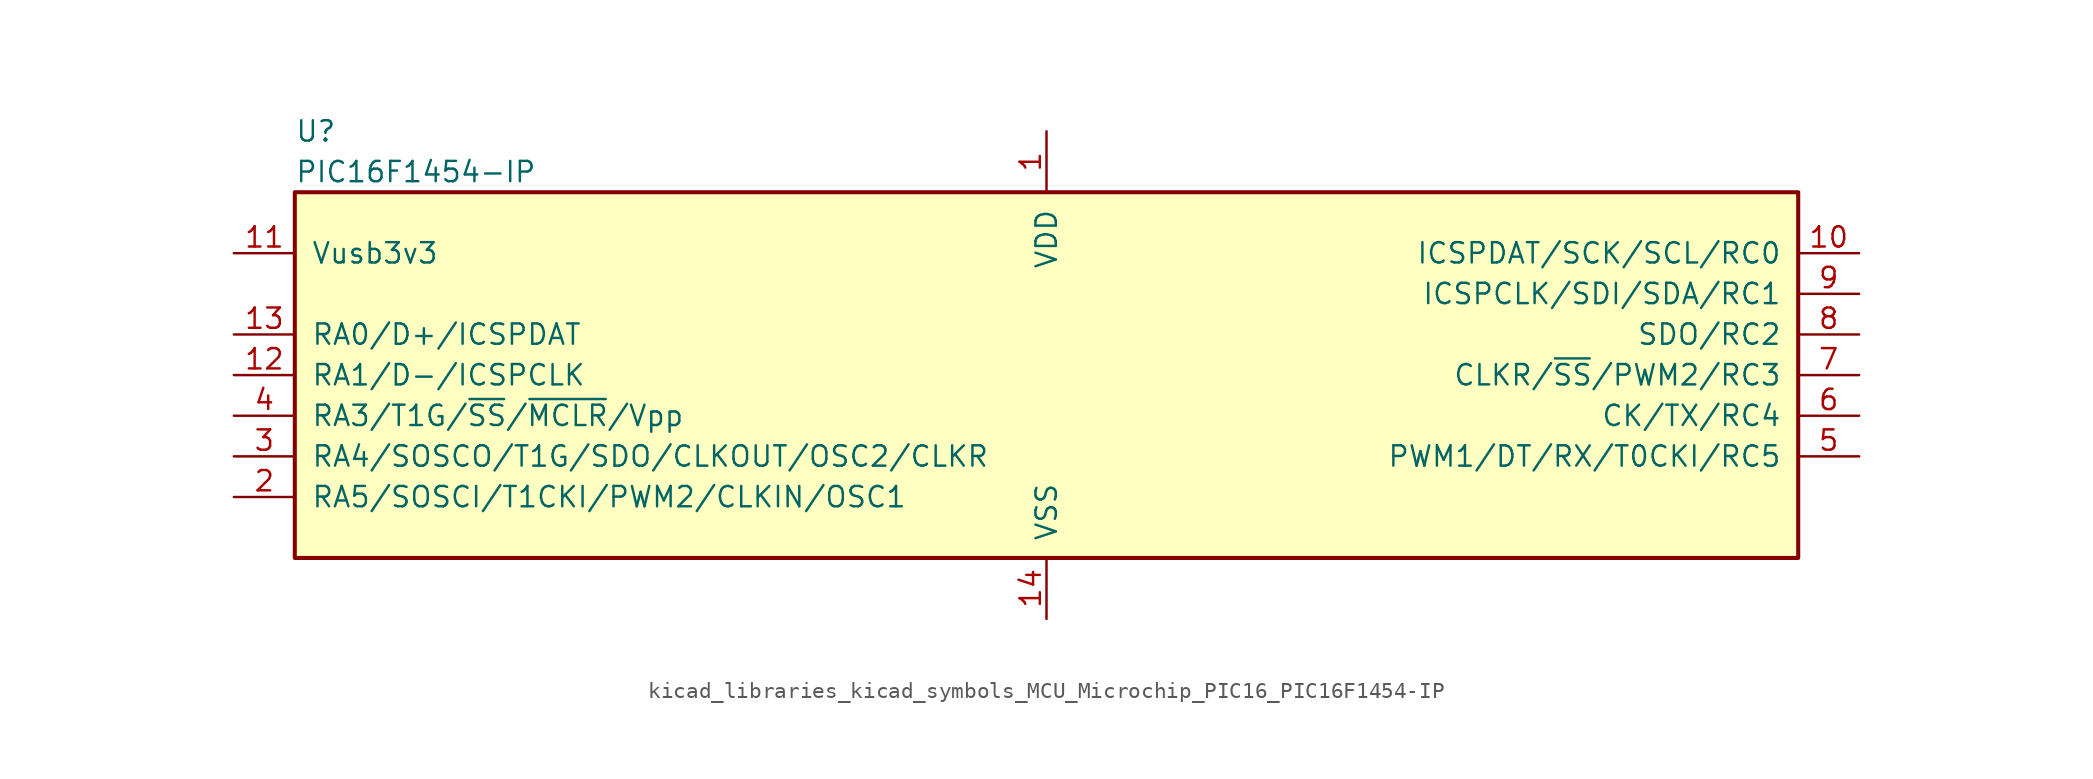
<source format=kicad_sym>
(kicad_symbol_lib
  (version 20220914)
  (generator kicad_symbol_editor)
  (symbol "kicad_libraries_kicad_symbols_MCU_Microchip_PIC16_PIC16F1454-IP"
    (pin_names
      (offset 1.016))
    (property "Reference" "U"
      (at -46.99 15.24 0)
      (effects (font (size 1.27 1.27)) (justify left)))
    (property "Value" "PIC16F1454-IP"
      (at -46.99 12.7 0)
      (effects (font (size 1.27 1.27)) (justify left)))
    (symbol "kicad_libraries_kicad_symbols_MCU_Microchip_PIC16_PIC16F1454-IP_0_1"
      (rectangle (start -46.99 11.43) (end 46.99 -11.43) (stroke (width 0.254) (type default)) (fill (type background))))
    (symbol "kicad_libraries_kicad_symbols_MCU_Microchip_PIC16_PIC16F1454-IP_1_1"
      (pin power_in line (at 0 15.24 270) (length 3.81) (name "VDD" (effects (font (size 1.27 1.27)))) (number "1" (effects (font (size 1.27 1.27)))))
      (pin bidirectional line (at 50.8 7.62 180) (length 3.81) (name "ICSPDAT/SCK/SCL/RC0" (effects (font (size 1.27 1.27)))) (number "10" (effects (font (size 1.27 1.27)))))
      (pin bidirectional line (at -50.8 7.62 0) (length 3.81) (name "Vusb3v3" (effects (font (size 1.27 1.27)))) (number "11" (effects (font (size 1.27 1.27)))))
      (pin bidirectional line (at -50.8 0 0) (length 3.81) (name "RA1/D-/ICSPCLK" (effects (font (size 1.27 1.27)))) (number "12" (effects (font (size 1.27 1.27)))))
      (pin bidirectional line (at -50.8 2.54 0) (length 3.81) (name "RA0/D+/ICSPDAT" (effects (font (size 1.27 1.27)))) (number "13" (effects (font (size 1.27 1.27)))))
      (pin power_in line (at 0 -15.24 90) (length 3.81) (name "VSS" (effects (font (size 1.27 1.27)))) (number "14" (effects (font (size 1.27 1.27)))))
      (pin bidirectional line (at -50.8 -7.62 0) (length 3.81) (name "RA5/SOSCI/T1CKI/PWM2/CLKIN/OSC1" (effects (font (size 1.27 1.27)))) (number "2" (effects (font (size 1.27 1.27)))))
      (pin bidirectional line (at -50.8 -5.08 0) (length 3.81) (name "RA4/SOSCO/T1G/SDO/CLKOUT/OSC2/CLKR" (effects (font (size 1.27 1.27)))) (number "3" (effects (font (size 1.27 1.27)))))
      (pin input line (at -50.8 -2.54 0) (length 3.81) (name "RA3/T1G/~{SS}/~{MCLR}/Vpp" (effects (font (size 1.27 1.27)))) (number "4" (effects (font (size 1.27 1.27)))))
      (pin bidirectional line (at 50.8 -5.08 180) (length 3.81) (name "PWM1/DT/RX/T0CKI/RC5" (effects (font (size 1.27 1.27)))) (number "5" (effects (font (size 1.27 1.27)))))
      (pin bidirectional line (at 50.8 -2.54 180) (length 3.81) (name "CK/TX/RC4" (effects (font (size 1.27 1.27)))) (number "6" (effects (font (size 1.27 1.27)))))
      (pin bidirectional line (at 50.8 0 180) (length 3.81) (name "CLKR/~{SS}/PWM2/RC3" (effects (font (size 1.27 1.27)))) (number "7" (effects (font (size 1.27 1.27)))))
      (pin bidirectional line (at 50.8 2.54 180) (length 3.81) (name "SDO/RC2" (effects (font (size 1.27 1.27)))) (number "8" (effects (font (size 1.27 1.27)))))
      (pin bidirectional line (at 50.8 5.08 180) (length 3.81) (name "ICSPCLK/SDI/SDA/RC1" (effects (font (size 1.27 1.27)))) (number "9" (effects (font (size 1.27 1.27))))))))
</source>
